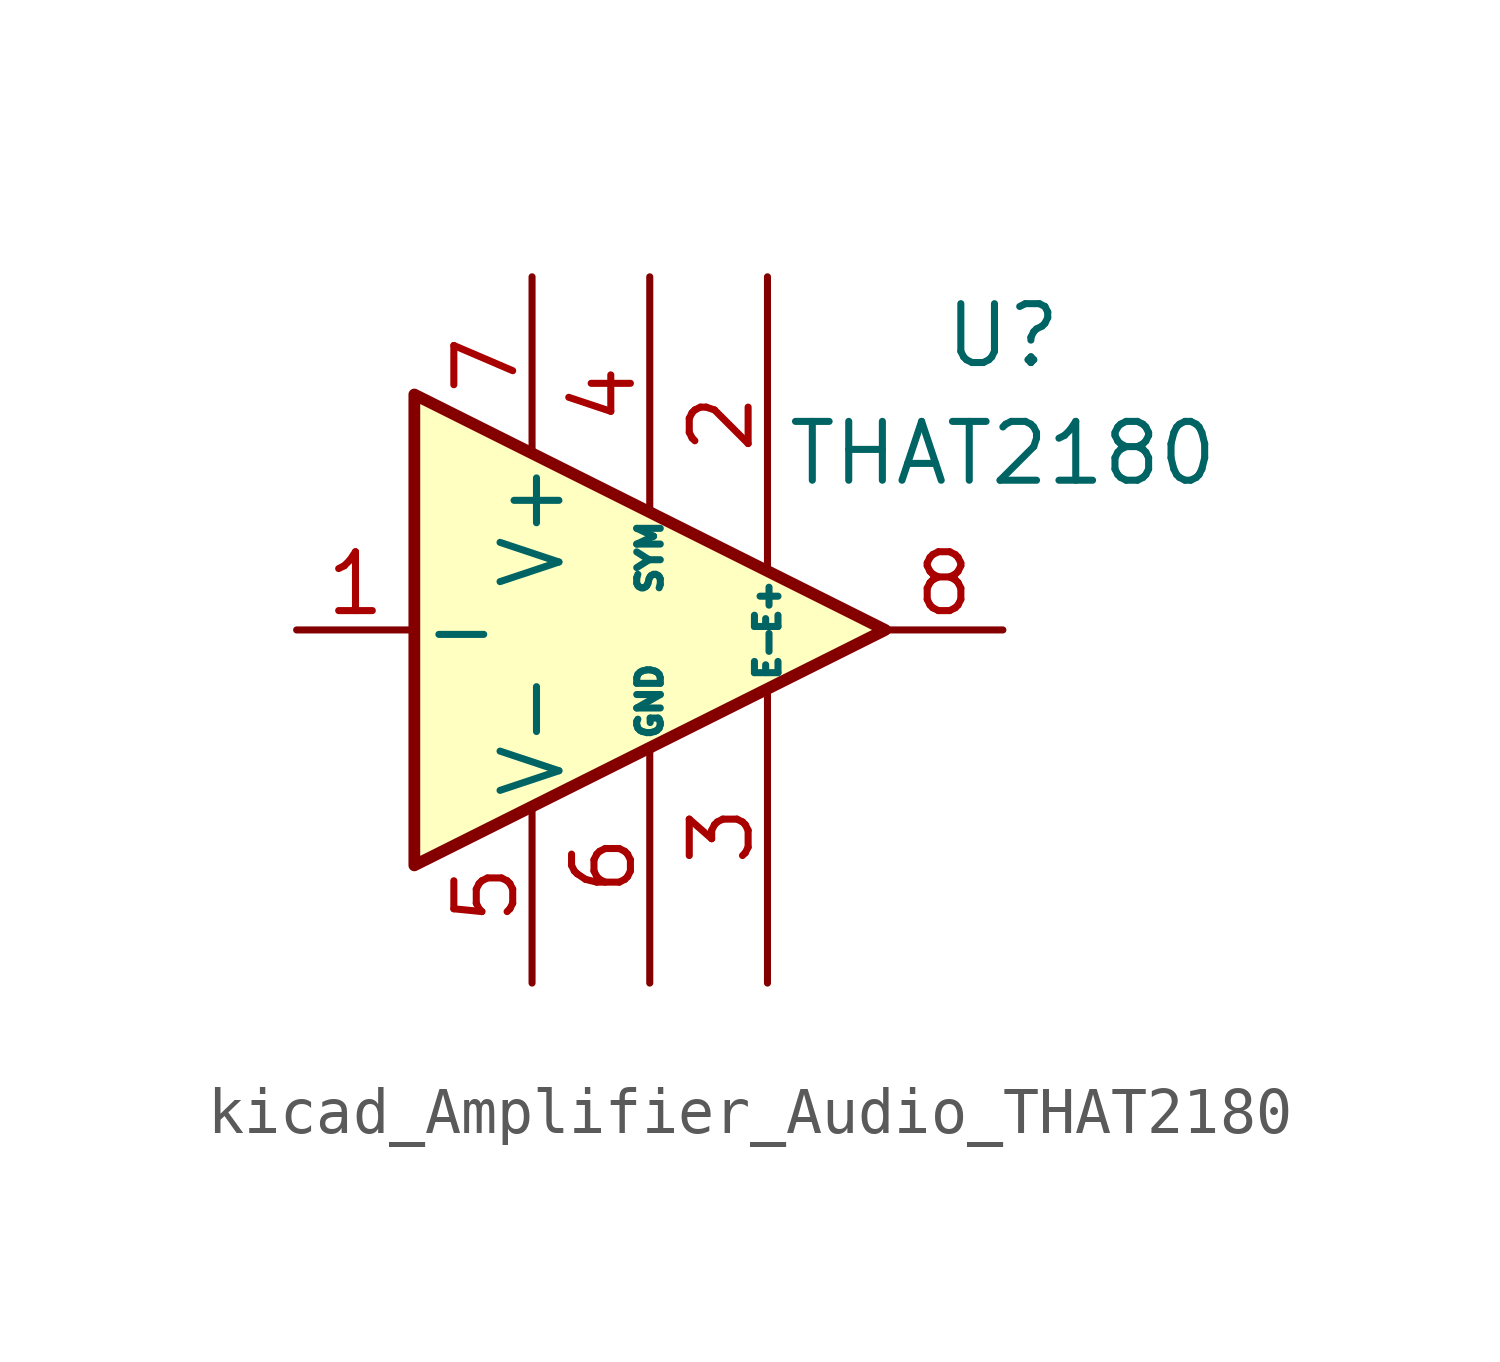
<source format=kicad_sym>
(kicad_symbol_lib
  (version 20220914)
  (generator kicad_symbol_editor)
  (symbol "kicad_Amplifier_Audio_THAT2180"
    (pin_names
      (offset 0.127))
    (property "Reference" "U"
      (at 7.62 6.35 0)
      (effects (font (size 1.27 1.27))))
    (property "Value" "THAT2180"
      (at 7.62 3.81 0)
      (effects (font (size 1.27 1.27))))
    (symbol "kicad_Amplifier_Audio_THAT2180_0_0"
      (pin power_in line (at -2.54 -7.62 90) (length 3.81) (name "V-" (effects (font (size 1.27 1.27)))) (number "5" (effects (font (size 1.27 1.27)))))
      (pin power_in line (at 0 -7.62 90) (length 5.08) (name "GND" (effects (font (size 0.508 0.508)))) (number "6" (effects (font (size 1.27 1.27)))))
      (pin power_in line (at -2.54 7.62 270) (length 3.81) (name "V+" (effects (font (size 1.27 1.27)))) (number "7" (effects (font (size 1.27 1.27))))))
    (symbol "kicad_Amplifier_Audio_THAT2180_0_1"
      (polyline (pts (xy -5.08 5.08) (xy 5.08 0) (xy -5.08 -5.08) (xy -5.08 5.08)) (stroke (width 0.254) (type default)) (fill (type background))))
    (symbol "kicad_Amplifier_Audio_THAT2180_1_1"
      (pin input line (at -7.62 0 0) (length 2.54) (name "-" (effects (font (size 1.27 1.27)))) (number "1" (effects (font (size 1.27 1.27)))))
      (pin input line (at 2.54 7.62 270) (length 6.35) (name "E+" (effects (font (size 0.508 0.508)))) (number "2" (effects (font (size 1.27 1.27)))))
      (pin input line (at 2.54 -7.62 90) (length 6.35) (name "E-" (effects (font (size 0.508 0.508)))) (number "3" (effects (font (size 1.27 1.27)))))
      (pin input line (at 0 7.62 270) (length 5.08) (name "SYM" (effects (font (size 0.508 0.508)))) (number "4" (effects (font (size 1.27 1.27)))))
      (pin output line (at 7.62 0 180) (length 2.54) (name "~" (effects (font (size 1.27 1.27)))) (number "8" (effects (font (size 1.27 1.27))))))))
</source>
